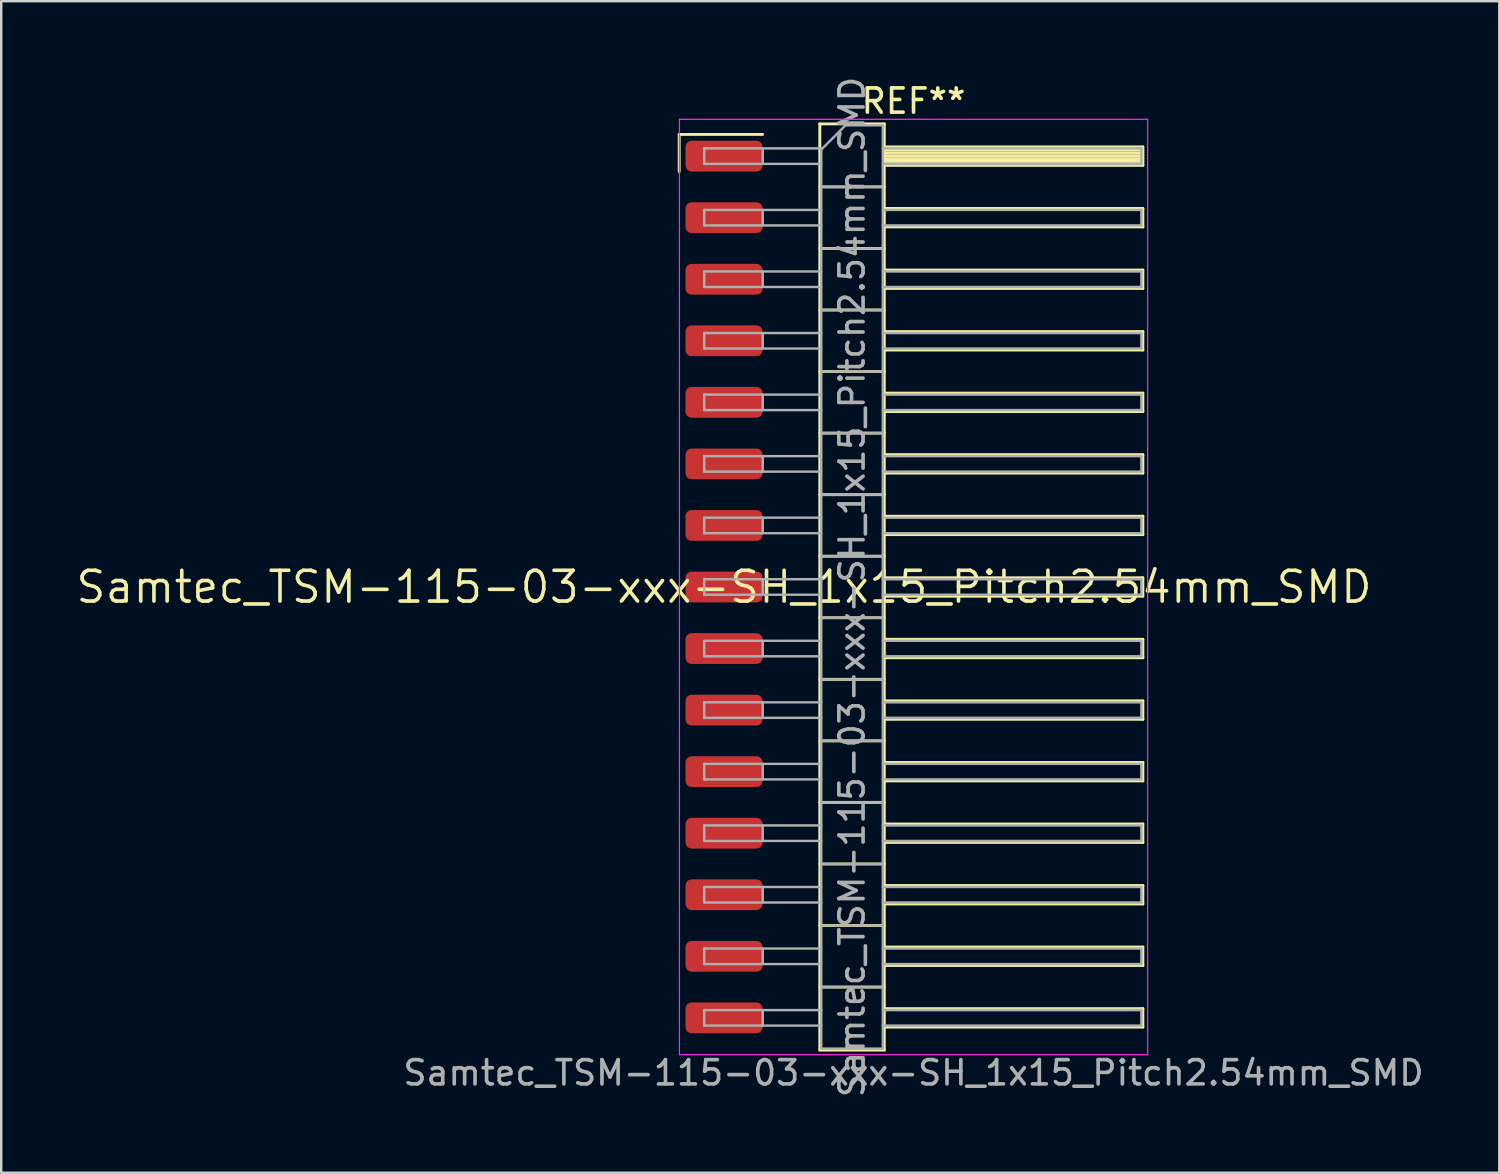
<source format=kicad_pcb>
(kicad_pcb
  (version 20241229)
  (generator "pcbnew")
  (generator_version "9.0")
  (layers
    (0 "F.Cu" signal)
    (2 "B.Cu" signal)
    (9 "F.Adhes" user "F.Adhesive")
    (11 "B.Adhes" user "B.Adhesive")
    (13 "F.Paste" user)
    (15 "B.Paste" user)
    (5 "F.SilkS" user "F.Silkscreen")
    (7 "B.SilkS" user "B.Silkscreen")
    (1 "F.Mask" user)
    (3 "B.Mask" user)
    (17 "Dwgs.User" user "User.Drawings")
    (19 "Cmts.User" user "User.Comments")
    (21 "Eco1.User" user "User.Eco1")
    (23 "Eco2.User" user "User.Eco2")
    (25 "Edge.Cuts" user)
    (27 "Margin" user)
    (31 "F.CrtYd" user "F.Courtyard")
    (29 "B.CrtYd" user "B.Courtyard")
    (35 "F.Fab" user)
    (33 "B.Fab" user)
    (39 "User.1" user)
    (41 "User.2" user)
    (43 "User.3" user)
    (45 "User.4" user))
  (footprint "Samtec_TSM-115-03-xxx-SH_1x15_Pitch2.54mm_SMD"
    (layer "F.Cu")
    (at 26.828 21.173)
    (property "Reference" "Samtec_TSM-115-03-xxx-SH_1x15_Pitch2.54mm_SMD" (at 0 0 0) (layer "F.SilkS") (effects (font (size 1.27 1.27) (thickness 0.15))))
    (attr smd)
    (fp_line (start -1.85 -18.675) (end 1.59 -18.675) (stroke (width 0.12) (type solid)) (layer "F.SilkS"))
    (fp_line (start -1.85 -17.145) (end -1.85 -18.675) (stroke (width 0.12) (type solid)) (layer "F.SilkS"))
    (fp_line (start 3.953 -19.11) (end 6.613 -19.11) (stroke (width 0.12) (type solid)) (layer "F.SilkS"))
    (fp_line (start 3.953 -16.51) (end 6.613 -16.51) (stroke (width 0.12) (type solid)) (layer "F.SilkS"))
    (fp_line (start 3.953 -13.97) (end 6.613 -13.97) (stroke (width 0.12) (type solid)) (layer "F.SilkS"))
    (fp_line (start 3.953 -11.43) (end 6.613 -11.43) (stroke (width 0.12) (type solid)) (layer "F.SilkS"))
    (fp_line (start 3.953 -8.89) (end 6.613 -8.89) (stroke (width 0.12) (type solid)) (layer "F.SilkS"))
    (fp_line (start 3.953 -6.35) (end 6.613 -6.35) (stroke (width 0.12) (type solid)) (layer "F.SilkS"))
    (fp_line (start 3.953 -3.81) (end 6.613 -3.81) (stroke (width 0.12) (type solid)) (layer "F.SilkS"))
    (fp_line (start 3.953 -1.27) (end 6.613 -1.27) (stroke (width 0.12) (type solid)) (layer "F.SilkS"))
    (fp_line (start 3.953 1.27) (end 6.613 1.27) (stroke (width 0.12) (type solid)) (layer "F.SilkS"))
    (fp_line (start 3.953 3.81) (end 6.613 3.81) (stroke (width 0.12) (type solid)) (layer "F.SilkS"))
    (fp_line (start 3.953 6.35) (end 6.613 6.35) (stroke (width 0.12) (type solid)) (layer "F.SilkS"))
    (fp_line (start 3.953 8.89) (end 6.613 8.89) (stroke (width 0.12) (type solid)) (layer "F.SilkS"))
    (fp_line (start 3.953 11.43) (end 6.613 11.43) (stroke (width 0.12) (type solid)) (layer "F.SilkS"))
    (fp_line (start 3.953 13.97) (end 6.613 13.97) (stroke (width 0.12) (type solid)) (layer "F.SilkS"))
    (fp_line (start 3.953 16.51) (end 6.613 16.51) (stroke (width 0.12) (type solid)) (layer "F.SilkS"))
    (fp_line (start 3.953 19.11) (end 3.953 -19.11) (stroke (width 0.12) (type solid)) (layer "F.SilkS"))
    (fp_line (start 6.613 -19.11) (end 6.613 19.11) (stroke (width 0.12) (type solid)) (layer "F.SilkS"))
    (fp_line (start 6.613 -18.16) (end 17.283 -18.16) (stroke (width 0.12) (type solid)) (layer "F.SilkS"))
    (fp_line (start 6.613 -18.04) (end 17.283 -18.04) (stroke (width 0.12) (type solid)) (layer "F.SilkS"))
    (fp_line (start 6.613 -17.92) (end 17.283 -17.92) (stroke (width 0.12) (type solid)) (layer "F.SilkS"))
    (fp_line (start 6.613 -17.8) (end 17.283 -17.8) (stroke (width 0.12) (type solid)) (layer "F.SilkS"))
    (fp_line (start 6.613 -17.68) (end 17.283 -17.68) (stroke (width 0.12) (type solid)) (layer "F.SilkS"))
    (fp_line (start 6.613 -17.56) (end 17.283 -17.56) (stroke (width 0.12) (type solid)) (layer "F.SilkS"))
    (fp_line (start 6.613 -17.44) (end 17.283 -17.44) (stroke (width 0.12) (type solid)) (layer "F.SilkS"))
    (fp_line (start 6.613 -17.4) (end 17.283 -17.4) (stroke (width 0.12) (type solid)) (layer "F.SilkS"))
    (fp_line (start 6.613 -15.62) (end 17.283 -15.62) (stroke (width 0.12) (type solid)) (layer "F.SilkS"))
    (fp_line (start 6.613 -14.86) (end 17.283 -14.86) (stroke (width 0.12) (type solid)) (layer "F.SilkS"))
    (fp_line (start 6.613 -13.08) (end 17.283 -13.08) (stroke (width 0.12) (type solid)) (layer "F.SilkS"))
    (fp_line (start 6.613 -12.32) (end 17.283 -12.32) (stroke (width 0.12) (type solid)) (layer "F.SilkS"))
    (fp_line (start 6.613 -10.54) (end 17.283 -10.54) (stroke (width 0.12) (type solid)) (layer "F.SilkS"))
    (fp_line (start 6.613 -9.78) (end 17.283 -9.78) (stroke (width 0.12) (type solid)) (layer "F.SilkS"))
    (fp_line (start 6.613 -8) (end 17.283 -8) (stroke (width 0.12) (type solid)) (layer "F.SilkS"))
    (fp_line (start 6.613 -7.24) (end 17.283 -7.24) (stroke (width 0.12) (type solid)) (layer "F.SilkS"))
    (fp_line (start 6.613 -5.46) (end 17.283 -5.46) (stroke (width 0.12) (type solid)) (layer "F.SilkS"))
    (fp_line (start 6.613 -4.7) (end 17.283 -4.7) (stroke (width 0.12) (type solid)) (layer "F.SilkS"))
    (fp_line (start 6.613 -2.92) (end 17.283 -2.92) (stroke (width 0.12) (type solid)) (layer "F.SilkS"))
    (fp_line (start 6.613 -2.16) (end 17.283 -2.16) (stroke (width 0.12) (type solid)) (layer "F.SilkS"))
    (fp_line (start 6.613 -0.38) (end 17.283 -0.38) (stroke (width 0.12) (type solid)) (layer "F.SilkS"))
    (fp_line (start 6.613 0.38) (end 17.283 0.38) (stroke (width 0.12) (type solid)) (layer "F.SilkS"))
    (fp_line (start 6.613 2.16) (end 17.283 2.16) (stroke (width 0.12) (type solid)) (layer "F.SilkS"))
    (fp_line (start 6.613 2.92) (end 17.283 2.92) (stroke (width 0.12) (type solid)) (layer "F.SilkS"))
    (fp_line (start 6.613 4.7) (end 17.283 4.7) (stroke (width 0.12) (type solid)) (layer "F.SilkS"))
    (fp_line (start 6.613 5.46) (end 17.283 5.46) (stroke (width 0.12) (type solid)) (layer "F.SilkS"))
    (fp_line (start 6.613 7.24) (end 17.283 7.24) (stroke (width 0.12) (type solid)) (layer "F.SilkS"))
    (fp_line (start 6.613 8) (end 17.283 8) (stroke (width 0.12) (type solid)) (layer "F.SilkS"))
    (fp_line (start 6.613 9.78) (end 17.283 9.78) (stroke (width 0.12) (type solid)) (layer "F.SilkS"))
    (fp_line (start 6.613 10.54) (end 17.283 10.54) (stroke (width 0.12) (type solid)) (layer "F.SilkS"))
    (fp_line (start 6.613 12.32) (end 17.283 12.32) (stroke (width 0.12) (type solid)) (layer "F.SilkS"))
    (fp_line (start 6.613 13.08) (end 17.283 13.08) (stroke (width 0.12) (type solid)) (layer "F.SilkS"))
    (fp_line (start 6.613 14.86) (end 17.283 14.86) (stroke (width 0.12) (type solid)) (layer "F.SilkS"))
    (fp_line (start 6.613 15.62) (end 17.283 15.62) (stroke (width 0.12) (type solid)) (layer "F.SilkS"))
    (fp_line (start 6.613 17.4) (end 17.283 17.4) (stroke (width 0.12) (type solid)) (layer "F.SilkS"))
    (fp_line (start 6.613 18.16) (end 17.283 18.16) (stroke (width 0.12) (type solid)) (layer "F.SilkS"))
    (fp_line (start 6.613 19.11) (end 3.953 19.11) (stroke (width 0.12) (type solid)) (layer "F.SilkS"))
    (fp_line (start 17.283 -18.16) (end 17.283 -17.4) (stroke (width 0.12) (type solid)) (layer "F.SilkS"))
    (fp_line (start 17.283 -15.62) (end 17.283 -14.86) (stroke (width 0.12) (type solid)) (layer "F.SilkS"))
    (fp_line (start 17.283 -13.08) (end 17.283 -12.32) (stroke (width 0.12) (type solid)) (layer "F.SilkS"))
    (fp_line (start 17.283 -10.54) (end 17.283 -9.78) (stroke (width 0.12) (type solid)) (layer "F.SilkS"))
    (fp_line (start 17.283 -8) (end 17.283 -7.24) (stroke (width 0.12) (type solid)) (layer "F.SilkS"))
    (fp_line (start 17.283 -5.46) (end 17.283 -4.7) (stroke (width 0.12) (type solid)) (layer "F.SilkS"))
    (fp_line (start 17.283 -2.92) (end 17.283 -2.16) (stroke (width 0.12) (type solid)) (layer "F.SilkS"))
    (fp_line (start 17.283 -0.38) (end 17.283 0.38) (stroke (width 0.12) (type solid)) (layer "F.SilkS"))
    (fp_line (start 17.283 2.16) (end 17.283 2.92) (stroke (width 0.12) (type solid)) (layer "F.SilkS"))
    (fp_line (start 17.283 4.7) (end 17.283 5.46) (stroke (width 0.12) (type solid)) (layer "F.SilkS"))
    (fp_line (start 17.283 7.24) (end 17.283 8) (stroke (width 0.12) (type solid)) (layer "F.SilkS"))
    (fp_line (start 17.283 9.78) (end 17.283 10.54) (stroke (width 0.12) (type solid)) (layer "F.SilkS"))
    (fp_line (start 17.283 12.32) (end 17.283 13.08) (stroke (width 0.12) (type solid)) (layer "F.SilkS"))
    (fp_line (start 17.283 14.86) (end 17.283 15.62) (stroke (width 0.12) (type solid)) (layer "F.SilkS"))
    (fp_line (start 17.283 17.4) (end 17.283 18.16) (stroke (width 0.12) (type solid)) (layer "F.SilkS"))
    (fp_line (start -1.84 -19.3) (end 17.48 -19.3) (stroke (width 0.05) (type solid)) (layer "F.CrtYd"))
    (fp_line (start -1.84 19.3) (end -1.84 -19.3) (stroke (width 0.05) (type solid)) (layer "F.CrtYd"))
    (fp_line (start 17.48 -19.3) (end 17.48 19.3) (stroke (width 0.05) (type solid)) (layer "F.CrtYd"))
    (fp_line (start 17.48 19.3) (end -1.84 19.3) (stroke (width 0.05) (type solid)) (layer "F.CrtYd"))
    (fp_line (start -0.817 -18.1) (end -0.817 -17.46) (stroke (width 0.1) (type solid)) (layer "F.Fab"))
    (fp_line (start -0.817 -18.1) (end 4.013 -18.1) (stroke (width 0.1) (type solid)) (layer "F.Fab"))
    (fp_line (start -0.817 -17.46) (end 4.013 -17.46) (stroke (width 0.1) (type solid)) (layer "F.Fab"))
    (fp_line (start -0.817 -15.56) (end -0.817 -14.92) (stroke (width 0.1) (type solid)) (layer "F.Fab"))
    (fp_line (start -0.817 -15.56) (end 4.013 -15.56) (stroke (width 0.1) (type solid)) (layer "F.Fab"))
    (fp_line (start -0.817 -14.92) (end 4.013 -14.92) (stroke (width 0.1) (type solid)) (layer "F.Fab"))
    (fp_line (start -0.817 -13.02) (end -0.817 -12.38) (stroke (width 0.1) (type solid)) (layer "F.Fab"))
    (fp_line (start -0.817 -13.02) (end 4.013 -13.02) (stroke (width 0.1) (type solid)) (layer "F.Fab"))
    (fp_line (start -0.817 -12.38) (end 4.013 -12.38) (stroke (width 0.1) (type solid)) (layer "F.Fab"))
    (fp_line (start -0.817 -10.48) (end -0.817 -9.84) (stroke (width 0.1) (type solid)) (layer "F.Fab"))
    (fp_line (start -0.817 -10.48) (end 4.013 -10.48) (stroke (width 0.1) (type solid)) (layer "F.Fab"))
    (fp_line (start -0.817 -9.84) (end 4.013 -9.84) (stroke (width 0.1) (type solid)) (layer "F.Fab"))
    (fp_line (start -0.817 -7.94) (end -0.817 -7.3) (stroke (width 0.1) (type solid)) (layer "F.Fab"))
    (fp_line (start -0.817 -7.94) (end 4.013 -7.94) (stroke (width 0.1) (type solid)) (layer "F.Fab"))
    (fp_line (start -0.817 -7.3) (end 4.013 -7.3) (stroke (width 0.1) (type solid)) (layer "F.Fab"))
    (fp_line (start -0.817 -5.4) (end -0.817 -4.76) (stroke (width 0.1) (type solid)) (layer "F.Fab"))
    (fp_line (start -0.817 -5.4) (end 4.013 -5.4) (stroke (width 0.1) (type solid)) (layer "F.Fab"))
    (fp_line (start -0.817 -4.76) (end 4.013 -4.76) (stroke (width 0.1) (type solid)) (layer "F.Fab"))
    (fp_line (start -0.817 -2.86) (end -0.817 -2.22) (stroke (width 0.1) (type solid)) (layer "F.Fab"))
    (fp_line (start -0.817 -2.86) (end 4.013 -2.86) (stroke (width 0.1) (type solid)) (layer "F.Fab"))
    (fp_line (start -0.817 -2.22) (end 4.013 -2.22) (stroke (width 0.1) (type solid)) (layer "F.Fab"))
    (fp_line (start -0.817 -0.32) (end -0.817 0.32) (stroke (width 0.1) (type solid)) (layer "F.Fab"))
    (fp_line (start -0.817 -0.32) (end 4.013 -0.32) (stroke (width 0.1) (type solid)) (layer "F.Fab"))
    (fp_line (start -0.817 0.32) (end 4.013 0.32) (stroke (width 0.1) (type solid)) (layer "F.Fab"))
    (fp_line (start -0.817 2.22) (end -0.817 2.86) (stroke (width 0.1) (type solid)) (layer "F.Fab"))
    (fp_line (start -0.817 2.22) (end 4.013 2.22) (stroke (width 0.1) (type solid)) (layer "F.Fab"))
    (fp_line (start -0.817 2.86) (end 4.013 2.86) (stroke (width 0.1) (type solid)) (layer "F.Fab"))
    (fp_line (start -0.817 4.76) (end -0.817 5.4) (stroke (width 0.1) (type solid)) (layer "F.Fab"))
    (fp_line (start -0.817 4.76) (end 4.013 4.76) (stroke (width 0.1) (type solid)) (layer "F.Fab"))
    (fp_line (start -0.817 5.4) (end 4.013 5.4) (stroke (width 0.1) (type solid)) (layer "F.Fab"))
    (fp_line (start -0.817 7.3) (end -0.817 7.94) (stroke (width 0.1) (type solid)) (layer "F.Fab"))
    (fp_line (start -0.817 7.3) (end 4.013 7.3) (stroke (width 0.1) (type solid)) (layer "F.Fab"))
    (fp_line (start -0.817 7.94) (end 4.013 7.94) (stroke (width 0.1) (type solid)) (layer "F.Fab"))
    (fp_line (start -0.817 9.84) (end -0.817 10.48) (stroke (width 0.1) (type solid)) (layer "F.Fab"))
    (fp_line (start -0.817 9.84) (end 4.013 9.84) (stroke (width 0.1) (type solid)) (layer "F.Fab"))
    (fp_line (start -0.817 10.48) (end 4.013 10.48) (stroke (width 0.1) (type solid)) (layer "F.Fab"))
    (fp_line (start -0.817 12.38) (end -0.817 13.02) (stroke (width 0.1) (type solid)) (layer "F.Fab"))
    (fp_line (start -0.817 12.38) (end 4.013 12.38) (stroke (width 0.1) (type solid)) (layer "F.Fab"))
    (fp_line (start -0.817 13.02) (end 4.013 13.02) (stroke (width 0.1) (type solid)) (layer "F.Fab"))
    (fp_line (start -0.817 14.92) (end -0.817 15.56) (stroke (width 0.1) (type solid)) (layer "F.Fab"))
    (fp_line (start -0.817 14.92) (end 4.013 14.92) (stroke (width 0.1) (type solid)) (layer "F.Fab"))
    (fp_line (start -0.817 15.56) (end 4.013 15.56) (stroke (width 0.1) (type solid)) (layer "F.Fab"))
    (fp_line (start -0.817 17.46) (end -0.817 18.1) (stroke (width 0.1) (type solid)) (layer "F.Fab"))
    (fp_line (start -0.817 17.46) (end 4.013 17.46) (stroke (width 0.1) (type solid)) (layer "F.Fab"))
    (fp_line (start -0.817 18.1) (end 4.013 18.1) (stroke (width 0.1) (type solid)) (layer "F.Fab"))
    (fp_line (start 1.598 -18.1) (end 1.598 -17.46) (stroke (width 0.1) (type solid)) (layer "F.Fab"))
    (fp_line (start 1.598 -15.56) (end 1.598 -14.92) (stroke (width 0.1) (type solid)) (layer "F.Fab"))
    (fp_line (start 1.598 -13.02) (end 1.598 -12.38) (stroke (width 0.1) (type solid)) (layer "F.Fab"))
    (fp_line (start 1.598 -10.48) (end 1.598 -9.84) (stroke (width 0.1) (type solid)) (layer "F.Fab"))
    (fp_line (start 1.598 -7.94) (end 1.598 -7.3) (stroke (width 0.1) (type solid)) (layer "F.Fab"))
    (fp_line (start 1.598 -5.4) (end 1.598 -4.76) (stroke (width 0.1) (type solid)) (layer "F.Fab"))
    (fp_line (start 1.598 -2.86) (end 1.598 -2.22) (stroke (width 0.1) (type solid)) (layer "F.Fab"))
    (fp_line (start 1.598 -0.32) (end 1.598 0.32) (stroke (width 0.1) (type solid)) (layer "F.Fab"))
    (fp_line (start 1.598 2.22) (end 1.598 2.86) (stroke (width 0.1) (type solid)) (layer "F.Fab"))
    (fp_line (start 1.598 4.76) (end 1.598 5.4) (stroke (width 0.1) (type solid)) (layer "F.Fab"))
    (fp_line (start 1.598 7.3) (end 1.598 7.94) (stroke (width 0.1) (type solid)) (layer "F.Fab"))
    (fp_line (start 1.598 9.84) (end 1.598 10.48) (stroke (width 0.1) (type solid)) (layer "F.Fab"))
    (fp_line (start 1.598 12.38) (end 1.598 13.02) (stroke (width 0.1) (type solid)) (layer "F.Fab"))
    (fp_line (start 1.598 14.92) (end 1.598 15.56) (stroke (width 0.1) (type solid)) (layer "F.Fab"))
    (fp_line (start 1.598 17.46) (end 1.598 18.1) (stroke (width 0.1) (type solid)) (layer "F.Fab"))
    (fp_line (start 4.013 -18.05) (end 5.013 -19.05) (stroke (width 0.1) (type solid)) (layer "F.Fab"))
    (fp_line (start 4.013 -16.51) (end 6.553 -16.51) (stroke (width 0.1) (type solid)) (layer "F.Fab"))
    (fp_line (start 4.013 -13.97) (end 6.553 -13.97) (stroke (width 0.1) (type solid)) (layer "F.Fab"))
    (fp_line (start 4.013 -11.43) (end 6.553 -11.43) (stroke (width 0.1) (type solid)) (layer "F.Fab"))
    (fp_line (start 4.013 -8.89) (end 6.553 -8.89) (stroke (width 0.1) (type solid)) (layer "F.Fab"))
    (fp_line (start 4.013 -6.35) (end 6.553 -6.35) (stroke (width 0.1) (type solid)) (layer "F.Fab"))
    (fp_line (start 4.013 -3.81) (end 6.553 -3.81) (stroke (width 0.1) (type solid)) (layer "F.Fab"))
    (fp_line (start 4.013 -1.27) (end 6.553 -1.27) (stroke (width 0.1) (type solid)) (layer "F.Fab"))
    (fp_line (start 4.013 1.27) (end 6.553 1.27) (stroke (width 0.1) (type solid)) (layer "F.Fab"))
    (fp_line (start 4.013 3.81) (end 6.553 3.81) (stroke (width 0.1) (type solid)) (layer "F.Fab"))
    (fp_line (start 4.013 6.35) (end 6.553 6.35) (stroke (width 0.1) (type solid)) (layer "F.Fab"))
    (fp_line (start 4.013 8.89) (end 6.553 8.89) (stroke (width 0.1) (type solid)) (layer "F.Fab"))
    (fp_line (start 4.013 11.43) (end 6.553 11.43) (stroke (width 0.1) (type solid)) (layer "F.Fab"))
    (fp_line (start 4.013 13.97) (end 6.553 13.97) (stroke (width 0.1) (type solid)) (layer "F.Fab"))
    (fp_line (start 4.013 16.51) (end 6.553 16.51) (stroke (width 0.1) (type solid)) (layer "F.Fab"))
    (fp_line (start 4.013 19.05) (end 4.013 -18.05) (stroke (width 0.1) (type solid)) (layer "F.Fab"))
    (fp_line (start 5.013 -19.05) (end 6.553 -19.05) (stroke (width 0.1) (type solid)) (layer "F.Fab"))
    (fp_line (start 6.553 -19.05) (end 6.553 19.05) (stroke (width 0.1) (type solid)) (layer "F.Fab"))
    (fp_line (start 6.553 -18.1) (end 17.223 -18.1) (stroke (width 0.1) (type solid)) (layer "F.Fab"))
    (fp_line (start 6.553 -17.46) (end 17.223 -17.46) (stroke (width 0.1) (type solid)) (layer "F.Fab"))
    (fp_line (start 6.553 -15.56) (end 17.223 -15.56) (stroke (width 0.1) (type solid)) (layer "F.Fab"))
    (fp_line (start 6.553 -14.92) (end 17.223 -14.92) (stroke (width 0.1) (type solid)) (layer "F.Fab"))
    (fp_line (start 6.553 -13.02) (end 17.223 -13.02) (stroke (width 0.1) (type solid)) (layer "F.Fab"))
    (fp_line (start 6.553 -12.38) (end 17.223 -12.38) (stroke (width 0.1) (type solid)) (layer "F.Fab"))
    (fp_line (start 6.553 -10.48) (end 17.223 -10.48) (stroke (width 0.1) (type solid)) (layer "F.Fab"))
    (fp_line (start 6.553 -9.84) (end 17.223 -9.84) (stroke (width 0.1) (type solid)) (layer "F.Fab"))
    (fp_line (start 6.553 -7.94) (end 17.223 -7.94) (stroke (width 0.1) (type solid)) (layer "F.Fab"))
    (fp_line (start 6.553 -7.3) (end 17.223 -7.3) (stroke (width 0.1) (type solid)) (layer "F.Fab"))
    (fp_line (start 6.553 -5.4) (end 17.223 -5.4) (stroke (width 0.1) (type solid)) (layer "F.Fab"))
    (fp_line (start 6.553 -4.76) (end 17.223 -4.76) (stroke (width 0.1) (type solid)) (layer "F.Fab"))
    (fp_line (start 6.553 -2.86) (end 17.223 -2.86) (stroke (width 0.1) (type solid)) (layer "F.Fab"))
    (fp_line (start 6.553 -2.22) (end 17.223 -2.22) (stroke (width 0.1) (type solid)) (layer "F.Fab"))
    (fp_line (start 6.553 -0.32) (end 17.223 -0.32) (stroke (width 0.1) (type solid)) (layer "F.Fab"))
    (fp_line (start 6.553 0.32) (end 17.223 0.32) (stroke (width 0.1) (type solid)) (layer "F.Fab"))
    (fp_line (start 6.553 2.22) (end 17.223 2.22) (stroke (width 0.1) (type solid)) (layer "F.Fab"))
    (fp_line (start 6.553 2.86) (end 17.223 2.86) (stroke (width 0.1) (type solid)) (layer "F.Fab"))
    (fp_line (start 6.553 4.76) (end 17.223 4.76) (stroke (width 0.1) (type solid)) (layer "F.Fab"))
    (fp_line (start 6.553 5.4) (end 17.223 5.4) (stroke (width 0.1) (type solid)) (layer "F.Fab"))
    (fp_line (start 6.553 7.3) (end 17.223 7.3) (stroke (width 0.1) (type solid)) (layer "F.Fab"))
    (fp_line (start 6.553 7.94) (end 17.223 7.94) (stroke (width 0.1) (type solid)) (layer "F.Fab"))
    (fp_line (start 6.553 9.84) (end 17.223 9.84) (stroke (width 0.1) (type solid)) (layer "F.Fab"))
    (fp_line (start 6.553 10.48) (end 17.223 10.48) (stroke (width 0.1) (type solid)) (layer "F.Fab"))
    (fp_line (start 6.553 12.38) (end 17.223 12.38) (stroke (width 0.1) (type solid)) (layer "F.Fab"))
    (fp_line (start 6.553 13.02) (end 17.223 13.02) (stroke (width 0.1) (type solid)) (layer "F.Fab"))
    (fp_line (start 6.553 14.92) (end 17.223 14.92) (stroke (width 0.1) (type solid)) (layer "F.Fab"))
    (fp_line (start 6.553 15.56) (end 17.223 15.56) (stroke (width 0.1) (type solid)) (layer "F.Fab"))
    (fp_line (start 6.553 17.46) (end 17.223 17.46) (stroke (width 0.1) (type solid)) (layer "F.Fab"))
    (fp_line (start 6.553 18.1) (end 17.223 18.1) (stroke (width 0.1) (type solid)) (layer "F.Fab"))
    (fp_line (start 6.553 19.05) (end 4.013 19.05) (stroke (width 0.1) (type solid)) (layer "F.Fab"))
    (fp_line (start 17.223 -18.1) (end 17.223 -17.46) (stroke (width 0.1) (type solid)) (layer "F.Fab"))
    (fp_line (start 17.223 -15.56) (end 17.223 -14.92) (stroke (width 0.1) (type solid)) (layer "F.Fab"))
    (fp_line (start 17.223 -13.02) (end 17.223 -12.38) (stroke (width 0.1) (type solid)) (layer "F.Fab"))
    (fp_line (start 17.223 -10.48) (end 17.223 -9.84) (stroke (width 0.1) (type solid)) (layer "F.Fab"))
    (fp_line (start 17.223 -7.94) (end 17.223 -7.3) (stroke (width 0.1) (type solid)) (layer "F.Fab"))
    (fp_line (start 17.223 -5.4) (end 17.223 -4.76) (stroke (width 0.1) (type solid)) (layer "F.Fab"))
    (fp_line (start 17.223 -2.86) (end 17.223 -2.22) (stroke (width 0.1) (type solid)) (layer "F.Fab"))
    (fp_line (start 17.223 -0.32) (end 17.223 0.32) (stroke (width 0.1) (type solid)) (layer "F.Fab"))
    (fp_line (start 17.223 2.22) (end 17.223 2.86) (stroke (width 0.1) (type solid)) (layer "F.Fab"))
    (fp_line (start 17.223 4.76) (end 17.223 5.4) (stroke (width 0.1) (type solid)) (layer "F.Fab"))
    (fp_line (start 17.223 7.3) (end 17.223 7.94) (stroke (width 0.1) (type solid)) (layer "F.Fab"))
    (fp_line (start 17.223 9.84) (end 17.223 10.48) (stroke (width 0.1) (type solid)) (layer "F.Fab"))
    (fp_line (start 17.223 12.38) (end 17.223 13.02) (stroke (width 0.1) (type solid)) (layer "F.Fab"))
    (fp_line (start 17.223 14.92) (end 17.223 15.56) (stroke (width 0.1) (type solid)) (layer "F.Fab"))
    (fp_line (start 17.223 17.46) (end 17.223 18.1) (stroke (width 0.1) (type solid)) (layer "F.Fab"))
    (fp_text user "REF**" (at 7.82 -20.05 0) (layer "F.SilkS") (effects (font (size 1 1) (thickness 0.15))))
    (fp_text user "Samtec_TSM-115-03-xxx-SH_1x15_Pitch2.54mm_SMD" (at 7.82 20.05 0) (layer "F.Fab") (effects (font (size 1 1) (thickness 0.15))))
    (fp_text user "${REFERENCE}" (at 5.283 0 90) (layer "F.Fab") (effects (font (size 1 1) (thickness 0.15))))
    (pad "1" smd roundrect (at 0 -17.78) (size 3.18 1.27) (layers "F.Cu" "F.Mask" "F.Paste") (roundrect_rratio 0.197))
    (pad "2" smd roundrect (at 0 -15.24) (size 3.18 1.27) (layers "F.Cu" "F.Mask" "F.Paste") (roundrect_rratio 0.197))
    (pad "3" smd roundrect (at 0 -12.7) (size 3.18 1.27) (layers "F.Cu" "F.Mask" "F.Paste") (roundrect_rratio 0.197))
    (pad "4" smd roundrect (at 0 -10.16) (size 3.18 1.27) (layers "F.Cu" "F.Mask" "F.Paste") (roundrect_rratio 0.197))
    (pad "5" smd roundrect (at 0 -7.62) (size 3.18 1.27) (layers "F.Cu" "F.Mask" "F.Paste") (roundrect_rratio 0.197))
    (pad "6" smd roundrect (at 0 -5.08) (size 3.18 1.27) (layers "F.Cu" "F.Mask" "F.Paste") (roundrect_rratio 0.197))
    (pad "7" smd roundrect (at 0 -2.54) (size 3.18 1.27) (layers "F.Cu" "F.Mask" "F.Paste") (roundrect_rratio 0.197))
    (pad "8" smd roundrect (at 0 0) (size 3.18 1.27) (layers "F.Cu" "F.Mask" "F.Paste") (roundrect_rratio 0.197))
    (pad "9" smd roundrect (at 0 2.54) (size 3.18 1.27) (layers "F.Cu" "F.Mask" "F.Paste") (roundrect_rratio 0.197))
    (pad "10" smd roundrect (at 0 5.08) (size 3.18 1.27) (layers "F.Cu" "F.Mask" "F.Paste") (roundrect_rratio 0.197))
    (pad "11" smd roundrect (at 0 7.62) (size 3.18 1.27) (layers "F.Cu" "F.Mask" "F.Paste") (roundrect_rratio 0.197))
    (pad "12" smd roundrect (at 0 10.16) (size 3.18 1.27) (layers "F.Cu" "F.Mask" "F.Paste") (roundrect_rratio 0.197))
    (pad "13" smd roundrect (at 0 12.7) (size 3.18 1.27) (layers "F.Cu" "F.Mask" "F.Paste") (roundrect_rratio 0.197))
    (pad "14" smd roundrect (at 0 15.24) (size 3.18 1.27) (layers "F.Cu" "F.Mask" "F.Paste") (roundrect_rratio 0.197))
    (pad "15" smd roundrect (at 0 17.78) (size 3.18 1.27) (layers "F.Cu" "F.Mask" "F.Paste") (roundrect_rratio 0.197)))
  (gr_rect
    (start -3 -3)
    (end 58.821 45.345)
    (stroke (width 0.1) (type default))
    (fill no)
    (layer "Edge.Cuts")))
</source>
